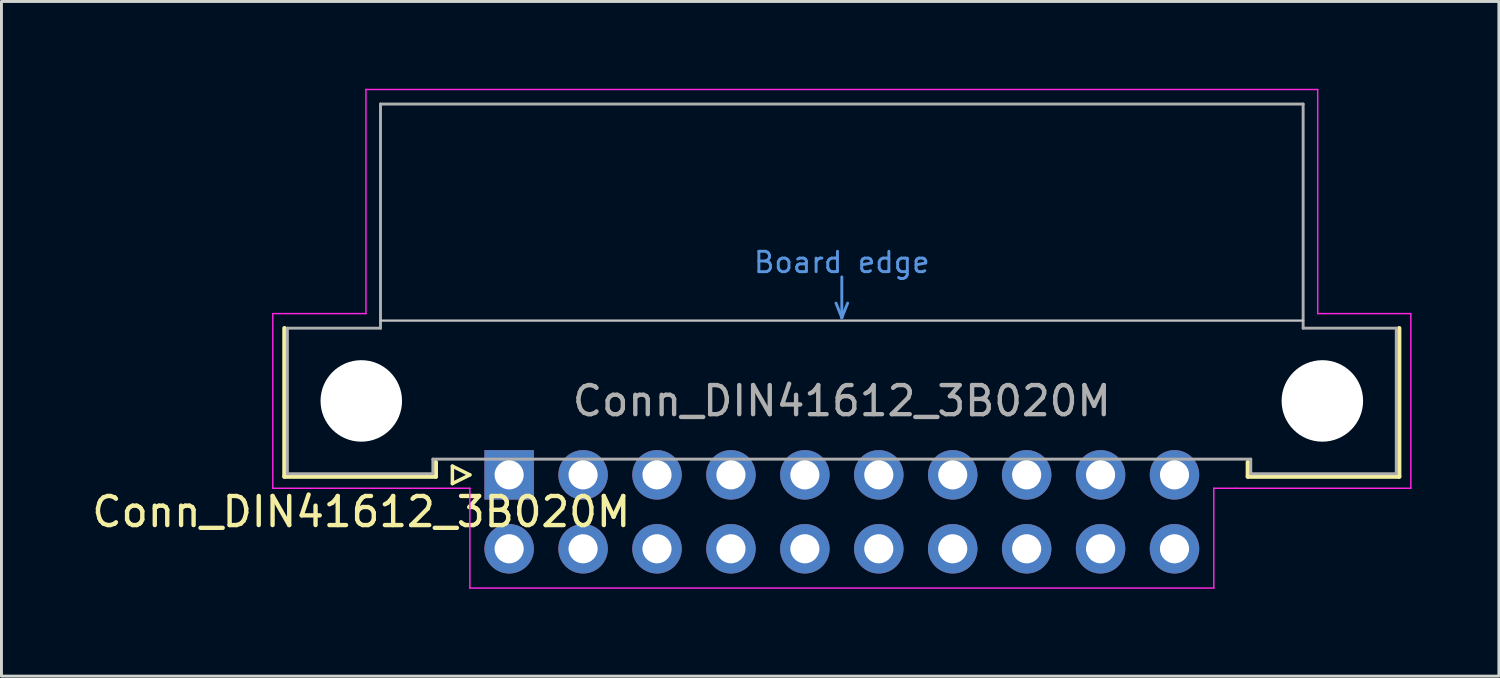
<source format=kicad_pcb>
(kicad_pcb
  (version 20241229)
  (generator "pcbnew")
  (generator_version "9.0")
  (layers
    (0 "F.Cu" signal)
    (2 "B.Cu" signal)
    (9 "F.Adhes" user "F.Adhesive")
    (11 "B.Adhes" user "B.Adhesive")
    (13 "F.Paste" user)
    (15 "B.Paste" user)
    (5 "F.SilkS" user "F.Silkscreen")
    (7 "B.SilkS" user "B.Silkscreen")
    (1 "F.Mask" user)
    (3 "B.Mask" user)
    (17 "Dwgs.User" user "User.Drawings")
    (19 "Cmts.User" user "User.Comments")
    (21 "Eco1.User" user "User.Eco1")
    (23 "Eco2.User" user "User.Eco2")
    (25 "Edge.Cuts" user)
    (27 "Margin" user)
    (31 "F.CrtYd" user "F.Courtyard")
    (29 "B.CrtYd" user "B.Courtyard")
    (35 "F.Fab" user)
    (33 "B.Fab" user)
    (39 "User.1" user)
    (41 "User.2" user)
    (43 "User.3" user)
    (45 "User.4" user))
  (footprint "Conn_DIN41612_3B020M"
    (layer "F.Cu")
    (at 14.443 13.265)
    (property "Reference" "Conn_DIN41612_3B020M" (at -5.08 1.27 0) (layer "F.SilkS") (effects (font (size 1 1) (thickness 0.15))))
    (attr through_hole)
    (fp_line (start -7.72 0.06) (end -7.72 -5.04) (stroke (width 0.15) (type solid)) (layer "F.SilkS"))
    (fp_line (start -2.52 -0.44) (end -2.52 0.06) (stroke (width 0.15) (type solid)) (layer "F.SilkS"))
    (fp_line (start -2.52 0.06) (end -7.72 0.06) (stroke (width 0.15) (type solid)) (layer "F.SilkS"))
    (fp_line (start -1.95 -0.3) (end -1.95 0.3) (stroke (width 0.12) (type solid)) (layer "F.SilkS"))
    (fp_line (start -1.95 0.3) (end -1.35 0) (stroke (width 0.12) (type solid)) (layer "F.SilkS"))
    (fp_line (start -1.35 0) (end -1.95 -0.3) (stroke (width 0.12) (type solid)) (layer "F.SilkS"))
    (fp_line (start 25.38 -0.44) (end 25.38 0.06) (stroke (width 0.15) (type solid)) (layer "F.SilkS"))
    (fp_line (start 25.38 0.06) (end 30.58 0.06) (stroke (width 0.15) (type solid)) (layer "F.SilkS"))
    (fp_line (start 30.58 0.06) (end 30.58 -5.04) (stroke (width 0.15) (type solid)) (layer "F.SilkS"))
    (fp_line (start -4.42 -5.3) (end 27.28 -5.3) (stroke (width 0.08) (type solid)) (layer "Dwgs.User"))
    (fp_line (start 11.23 -5.9) (end 11.43 -5.4) (stroke (width 0.1) (type solid)) (layer "Cmts.User"))
    (fp_line (start 11.43 -6.8) (end 11.43 -5.4) (stroke (width 0.1) (type solid)) (layer "Cmts.User"))
    (fp_line (start 11.43 -5.4) (end 11.63 -5.9) (stroke (width 0.1) (type solid)) (layer "Cmts.User"))
    (fp_line (start -8.12 -5.54) (end -4.92 -5.54) (stroke (width 0.05) (type solid)) (layer "F.CrtYd"))
    (fp_line (start -8.12 0.46) (end -8.12 -5.54) (stroke (width 0.05) (type solid)) (layer "F.CrtYd"))
    (fp_line (start -4.92 -13.24) (end 27.78 -13.24) (stroke (width 0.05) (type solid)) (layer "F.CrtYd"))
    (fp_line (start -4.92 -5.54) (end -4.92 -13.24) (stroke (width 0.05) (type solid)) (layer "F.CrtYd"))
    (fp_line (start -1.35 0.46) (end -8.12 0.46) (stroke (width 0.05) (type solid)) (layer "F.CrtYd"))
    (fp_line (start -1.35 3.89) (end -1.35 0.46) (stroke (width 0.05) (type solid)) (layer "F.CrtYd"))
    (fp_line (start 24.21 0.46) (end 24.21 3.89) (stroke (width 0.05) (type solid)) (layer "F.CrtYd"))
    (fp_line (start 24.21 3.89) (end -1.35 3.89) (stroke (width 0.05) (type solid)) (layer "F.CrtYd"))
    (fp_line (start 24.98 0.46) (end 24.21 0.46) (stroke (width 0.05) (type solid)) (layer "F.CrtYd"))
    (fp_line (start 27.78 -13.24) (end 27.78 -5.54) (stroke (width 0.05) (type solid)) (layer "F.CrtYd"))
    (fp_line (start 27.78 -5.54) (end 30.98 -5.54) (stroke (width 0.05) (type solid)) (layer "F.CrtYd"))
    (fp_line (start 30.98 -5.54) (end 30.98 0.46) (stroke (width 0.05) (type solid)) (layer "F.CrtYd"))
    (fp_line (start 30.98 0.46) (end 24.98 0.46) (stroke (width 0.05) (type solid)) (layer "F.CrtYd"))
    (fp_line (start -7.62 -5.04) (end -4.42 -5.04) (stroke (width 0.1) (type solid)) (layer "F.Fab"))
    (fp_line (start -7.62 -0.04) (end -7.62 -5.04) (stroke (width 0.1) (type solid)) (layer "F.Fab"))
    (fp_line (start -4.42 -12.74) (end 27.28 -12.74) (stroke (width 0.1) (type solid)) (layer "F.Fab"))
    (fp_line (start -4.42 -5.04) (end -4.42 -12.74) (stroke (width 0.1) (type solid)) (layer "F.Fab"))
    (fp_line (start -2.62 -0.54) (end -2.62 -0.04) (stroke (width 0.1) (type solid)) (layer "F.Fab"))
    (fp_line (start -2.62 -0.04) (end -7.62 -0.04) (stroke (width 0.1) (type solid)) (layer "F.Fab"))
    (fp_line (start 25.48 -0.54) (end -2.62 -0.54) (stroke (width 0.1) (type solid)) (layer "F.Fab"))
    (fp_line (start 25.48 -0.04) (end 25.48 -0.54) (stroke (width 0.1) (type solid)) (layer "F.Fab"))
    (fp_line (start 27.28 -12.74) (end 27.28 -5.04) (stroke (width 0.1) (type solid)) (layer "F.Fab"))
    (fp_line (start 27.28 -5.04) (end 30.48 -5.04) (stroke (width 0.1) (type solid)) (layer "F.Fab"))
    (fp_line (start 30.48 -5.04) (end 30.48 -0.04) (stroke (width 0.1) (type solid)) (layer "F.Fab"))
    (fp_line (start 30.48 -0.04) (end 25.48 -0.04) (stroke (width 0.1) (type solid)) (layer "F.Fab"))
    (fp_text user "Board edge" (at 11.43 -7.3 0) (layer "Cmts.User") (effects (font (size 0.7 0.7) (thickness 0.1))))
    (fp_text user "${REFERENCE}" (at 11.43 -2.54 0) (layer "F.Fab") (effects (font (size 1 1) (thickness 0.15))))
    (pad "" np_thru_hole circle (at -5.08 -2.54) (size 2.8 2.8) (drill 2.8) (layers "*.Cu" "*.Mask"))
    (pad "" np_thru_hole circle (at 27.94 -2.54) (size 2.8 2.8) (drill 2.8) (layers "*.Cu" "*.Mask"))
    (pad "A1" thru_hole rect (at 0 0) (size 1.7 1.7) (drill 1) (layers "*.Cu" "*.Mask"))
    (pad "A2" thru_hole circle (at 2.54 0) (size 1.7 1.7) (drill 1) (layers "*.Cu" "*.Mask"))
    (pad "A3" thru_hole circle (at 5.08 0) (size 1.7 1.7) (drill 1) (layers "*.Cu" "*.Mask"))
    (pad "A4" thru_hole circle (at 7.62 0) (size 1.7 1.7) (drill 1) (layers "*.Cu" "*.Mask"))
    (pad "A5" thru_hole circle (at 10.16 0) (size 1.7 1.7) (drill 1) (layers "*.Cu" "*.Mask"))
    (pad "A6" thru_hole circle (at 12.7 0) (size 1.7 1.7) (drill 1) (layers "*.Cu" "*.Mask"))
    (pad "A7" thru_hole circle (at 15.24 0) (size 1.7 1.7) (drill 1) (layers "*.Cu" "*.Mask"))
    (pad "A8" thru_hole circle (at 17.78 0) (size 1.7 1.7) (drill 1) (layers "*.Cu" "*.Mask"))
    (pad "A9" thru_hole circle (at 20.32 0) (size 1.7 1.7) (drill 1) (layers "*.Cu" "*.Mask"))
    (pad "A10" thru_hole circle (at 22.86 0) (size 1.7 1.7) (drill 1) (layers "*.Cu" "*.Mask"))
    (pad "B1" thru_hole circle (at 0 2.54) (size 1.7 1.7) (drill 1) (layers "*.Cu" "*.Mask"))
    (pad "B2" thru_hole circle (at 2.54 2.54) (size 1.7 1.7) (drill 1) (layers "*.Cu" "*.Mask"))
    (pad "B3" thru_hole circle (at 5.08 2.54) (size 1.7 1.7) (drill 1) (layers "*.Cu" "*.Mask"))
    (pad "B4" thru_hole circle (at 7.62 2.54) (size 1.7 1.7) (drill 1) (layers "*.Cu" "*.Mask"))
    (pad "B5" thru_hole circle (at 10.16 2.54) (size 1.7 1.7) (drill 1) (layers "*.Cu" "*.Mask"))
    (pad "B6" thru_hole circle (at 12.7 2.54) (size 1.7 1.7) (drill 1) (layers "*.Cu" "*.Mask"))
    (pad "B7" thru_hole circle (at 15.24 2.54) (size 1.7 1.7) (drill 1) (layers "*.Cu" "*.Mask"))
    (pad "B8" thru_hole circle (at 17.78 2.54) (size 1.7 1.7) (drill 1) (layers "*.Cu" "*.Mask"))
    (pad "B9" thru_hole circle (at 20.32 2.54) (size 1.7 1.7) (drill 1) (layers "*.Cu" "*.Mask"))
    (pad "B10" thru_hole circle (at 22.86 2.54) (size 1.7 1.7) (drill 1) (layers "*.Cu" "*.Mask")))
  (gr_rect
    (start -3 -3)
    (end 48.448 20.18)
    (stroke (width 0.1) (type default))
    (fill no)
    (layer "Edge.Cuts")))
</source>
